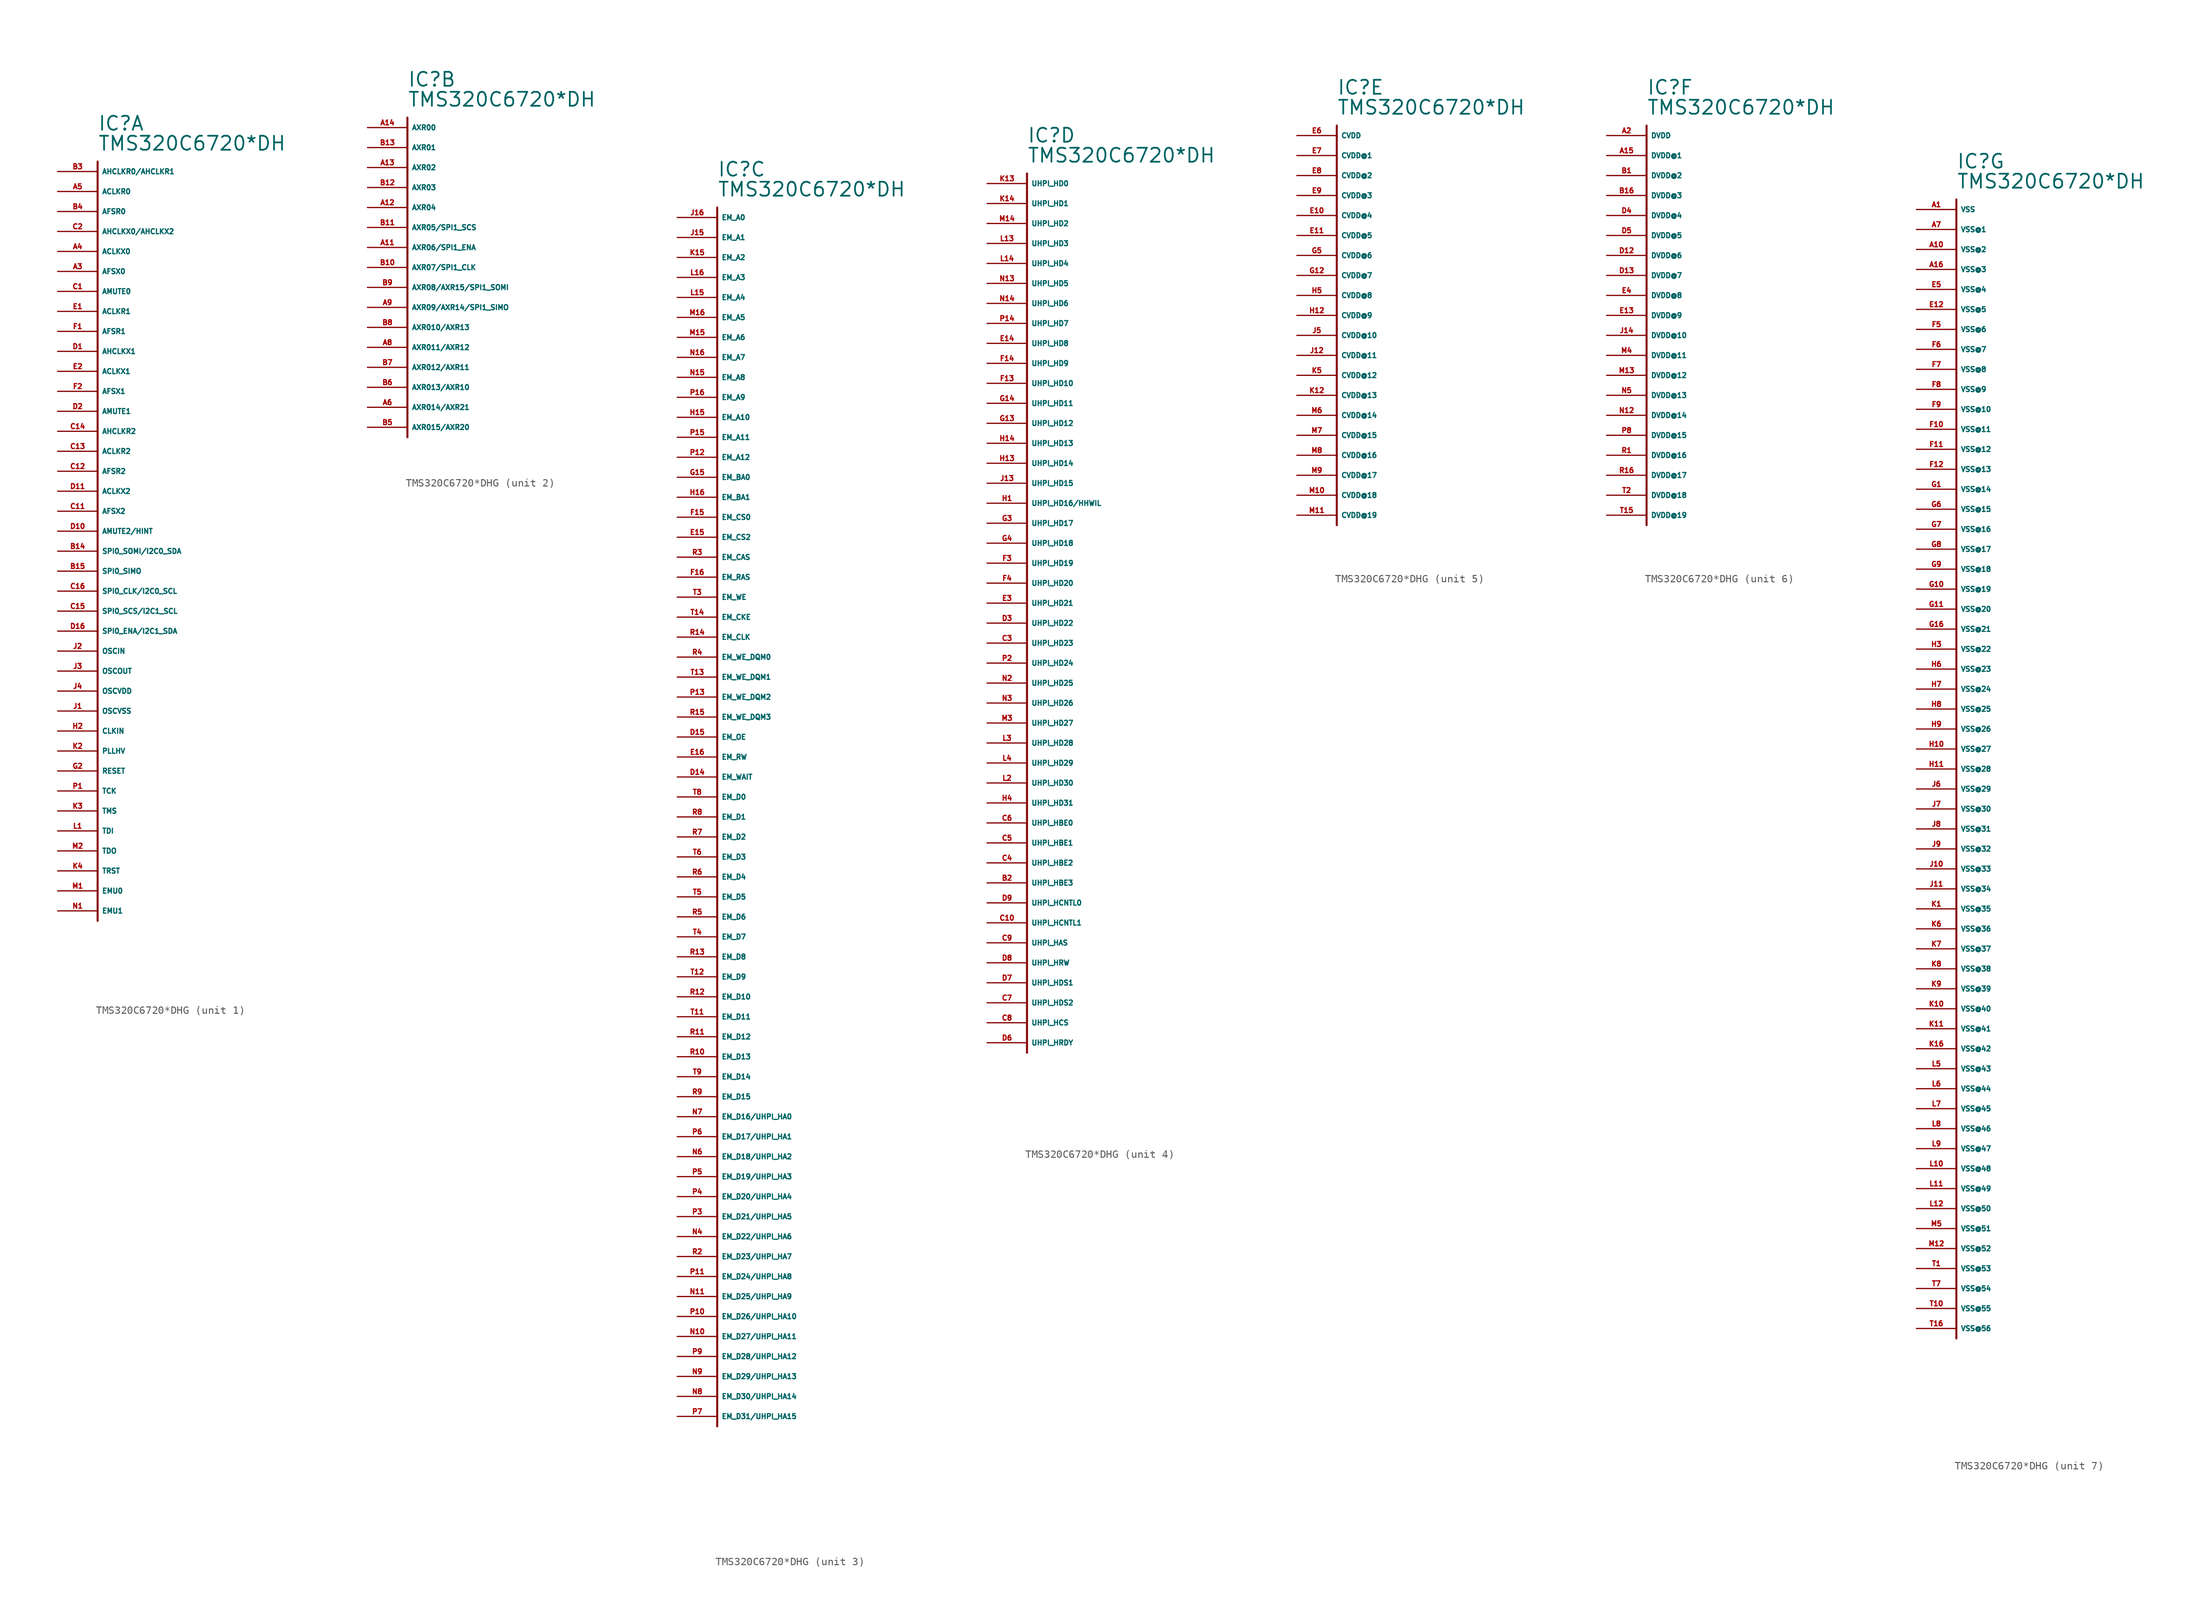
<source format=kicad_sym>
(kicad_symbol_lib
  (version 20220914)
  (generator Eagle2Kicad)
  (symbol "TMS320C6720*DHG"
    (property "Reference" "IC"
      (at 0 5.08 0)
      (effects (font (size 1.778 1.778) (thickness 0.22)) (justify left bottom)))
    (property "Value" "TMS320C6720*DH"
      (at 0 2.54 0)
      (effects (font (size 1.778 1.778) (thickness 0.22)) (justify left bottom)))
    (symbol "TMS320C6720*DHG_1_0"
      (polyline (pts (xy 0 1.27) (xy 0 -95.25)) (stroke (width 0.254) (type default)) (fill (type none)))
      (pin bidirectional line (at -5.08 0 0) (length 5.08) (name "AHCLKR0/AHCLKR1" (effects (font (size 0.635 0.635) (thickness 0.08)) (justify left bottom))) (number "B3" (effects (font (size 0.635 0.635) (thickness 0.08)) (justify left bottom))))
      (pin bidirectional line (at -5.08 -2.54 0) (length 5.08) (name "ACLKR0" (effects (font (size 0.635 0.635) (thickness 0.08)) (justify left bottom))) (number "A5" (effects (font (size 0.635 0.635) (thickness 0.08)) (justify left bottom))))
      (pin bidirectional line (at -5.08 -5.08 0) (length 5.08) (name "AFSR0" (effects (font (size 0.635 0.635) (thickness 0.08)) (justify left bottom))) (number "B4" (effects (font (size 0.635 0.635) (thickness 0.08)) (justify left bottom))))
      (pin bidirectional line (at -5.08 -7.62 0) (length 5.08) (name "AHCLKX0/AHCLKX2" (effects (font (size 0.635 0.635) (thickness 0.08)) (justify left bottom))) (number "C2" (effects (font (size 0.635 0.635) (thickness 0.08)) (justify left bottom))))
      (pin bidirectional line (at -5.08 -10.16 0) (length 5.08) (name "ACLKX0" (effects (font (size 0.635 0.635) (thickness 0.08)) (justify left bottom))) (number "A4" (effects (font (size 0.635 0.635) (thickness 0.08)) (justify left bottom))))
      (pin bidirectional line (at -5.08 -12.7 0) (length 5.08) (name "AFSX0" (effects (font (size 0.635 0.635) (thickness 0.08)) (justify left bottom))) (number "A3" (effects (font (size 0.635 0.635) (thickness 0.08)) (justify left bottom))))
      (pin bidirectional line (at -5.08 -17.78 0) (length 5.08) (name "ACLKR1" (effects (font (size 0.635 0.635) (thickness 0.08)) (justify left bottom))) (number "E1" (effects (font (size 0.635 0.635) (thickness 0.08)) (justify left bottom))))
      (pin bidirectional line (at -5.08 -20.32 0) (length 5.08) (name "AFSR1" (effects (font (size 0.635 0.635) (thickness 0.08)) (justify left bottom))) (number "F1" (effects (font (size 0.635 0.635) (thickness 0.08)) (justify left bottom))))
      (pin bidirectional line (at -5.08 -22.86 0) (length 5.08) (name "AHCLKX1" (effects (font (size 0.635 0.635) (thickness 0.08)) (justify left bottom))) (number "D1" (effects (font (size 0.635 0.635) (thickness 0.08)) (justify left bottom))))
      (pin bidirectional line (at -5.08 -25.4 0) (length 5.08) (name "ACLKX1" (effects (font (size 0.635 0.635) (thickness 0.08)) (justify left bottom))) (number "E2" (effects (font (size 0.635 0.635) (thickness 0.08)) (justify left bottom))))
      (pin bidirectional line (at -5.08 -27.94 0) (length 5.08) (name "AFSX1" (effects (font (size 0.635 0.635) (thickness 0.08)) (justify left bottom))) (number "F2" (effects (font (size 0.635 0.635) (thickness 0.08)) (justify left bottom))))
      (pin output line (at -5.08 -30.48 0) (length 5.08) (name "AMUTE1" (effects (font (size 0.635 0.635) (thickness 0.08)) (justify left bottom))) (number "D2" (effects (font (size 0.635 0.635) (thickness 0.08)) (justify left bottom))))
      (pin bidirectional line (at -5.08 -33.02 0) (length 5.08) (name "AHCLKR2" (effects (font (size 0.635 0.635) (thickness 0.08)) (justify left bottom))) (number "C14" (effects (font (size 0.635 0.635) (thickness 0.08)) (justify left bottom))))
      (pin bidirectional line (at -5.08 -35.56 0) (length 5.08) (name "ACLKR2" (effects (font (size 0.635 0.635) (thickness 0.08)) (justify left bottom))) (number "C13" (effects (font (size 0.635 0.635) (thickness 0.08)) (justify left bottom))))
      (pin bidirectional line (at -5.08 -38.1 0) (length 5.08) (name "AFSR2" (effects (font (size 0.635 0.635) (thickness 0.08)) (justify left bottom))) (number "C12" (effects (font (size 0.635 0.635) (thickness 0.08)) (justify left bottom))))
      (pin bidirectional line (at -5.08 -40.64 0) (length 5.08) (name "ACLKX2" (effects (font (size 0.635 0.635) (thickness 0.08)) (justify left bottom))) (number "D11" (effects (font (size 0.635 0.635) (thickness 0.08)) (justify left bottom))))
      (pin bidirectional line (at -5.08 -43.18 0) (length 5.08) (name "AFSX2" (effects (font (size 0.635 0.635) (thickness 0.08)) (justify left bottom))) (number "C11" (effects (font (size 0.635 0.635) (thickness 0.08)) (justify left bottom))))
      (pin output line (at -5.08 -45.72 0) (length 5.08) (name "AMUTE2/HINT" (effects (font (size 0.635 0.635) (thickness 0.08)) (justify left bottom))) (number "D10" (effects (font (size 0.635 0.635) (thickness 0.08)) (justify left bottom))))
      (pin bidirectional line (at -5.08 -48.26 0) (length 5.08) (name "SPI0_SOMI/I2C0_SDA" (effects (font (size 0.635 0.635) (thickness 0.08)) (justify left bottom))) (number "B14" (effects (font (size 0.635 0.635) (thickness 0.08)) (justify left bottom))))
      (pin bidirectional line (at -5.08 -50.8 0) (length 5.08) (name "SPI0_SIMO" (effects (font (size 0.635 0.635) (thickness 0.08)) (justify left bottom))) (number "B15" (effects (font (size 0.635 0.635) (thickness 0.08)) (justify left bottom))))
      (pin bidirectional line (at -5.08 -53.34 0) (length 5.08) (name "SPI0_CLK/I2C0_SCL" (effects (font (size 0.635 0.635) (thickness 0.08)) (justify left bottom))) (number "C16" (effects (font (size 0.635 0.635) (thickness 0.08)) (justify left bottom))))
      (pin bidirectional line (at -5.08 -55.88 0) (length 5.08) (name "SPI0_SCS/I2C1_SCL" (effects (font (size 0.635 0.635) (thickness 0.08)) (justify left bottom))) (number "C15" (effects (font (size 0.635 0.635) (thickness 0.08)) (justify left bottom))))
      (pin bidirectional line (at -5.08 -58.42 0) (length 5.08) (name "SPI0_ENA/I2C1_SDA" (effects (font (size 0.635 0.635) (thickness 0.08)) (justify left bottom))) (number "D16" (effects (font (size 0.635 0.635) (thickness 0.08)) (justify left bottom))))
      (pin input line (at -5.08 -60.96 0) (length 5.08) (name "OSCIN" (effects (font (size 0.635 0.635) (thickness 0.08)) (justify left bottom))) (number "J2" (effects (font (size 0.635 0.635) (thickness 0.08)) (justify left bottom))))
      (pin output line (at -5.08 -63.5 0) (length 5.08) (name "OSCOUT" (effects (font (size 0.635 0.635) (thickness 0.08)) (justify left bottom))) (number "J3" (effects (font (size 0.635 0.635) (thickness 0.08)) (justify left bottom))))
      (pin unspecified line (at -5.08 -66.04 0) (length 5.08) (name "OSCVDD" (effects (font (size 0.635 0.635) (thickness 0.08)) (justify left bottom))) (number "J4" (effects (font (size 0.635 0.635) (thickness 0.08)) (justify left bottom))))
      (pin unspecified line (at -5.08 -68.58 0) (length 5.08) (name "OSCVSS" (effects (font (size 0.635 0.635) (thickness 0.08)) (justify left bottom))) (number "J1" (effects (font (size 0.635 0.635) (thickness 0.08)) (justify left bottom))))
      (pin input line (at -5.08 -71.12 0) (length 5.08) (name "CLKIN" (effects (font (size 0.635 0.635) (thickness 0.08)) (justify left bottom))) (number "H2" (effects (font (size 0.635 0.635) (thickness 0.08)) (justify left bottom))))
      (pin unspecified line (at -5.08 -73.66 0) (length 5.08) (name "PLLHV" (effects (font (size 0.635 0.635) (thickness 0.08)) (justify left bottom))) (number "K2" (effects (font (size 0.635 0.635) (thickness 0.08)) (justify left bottom))))
      (pin input line (at -5.08 -76.2 0) (length 5.08) (name "RESET" (effects (font (size 0.635 0.635) (thickness 0.08)) (justify left bottom))) (number "G2" (effects (font (size 0.635 0.635) (thickness 0.08)) (justify left bottom))))
      (pin input line (at -5.08 -78.74 0) (length 5.08) (name "TCK" (effects (font (size 0.635 0.635) (thickness 0.08)) (justify left bottom))) (number "P1" (effects (font (size 0.635 0.635) (thickness 0.08)) (justify left bottom))))
      (pin input line (at -5.08 -81.28 0) (length 5.08) (name "TMS" (effects (font (size 0.635 0.635) (thickness 0.08)) (justify left bottom))) (number "K3" (effects (font (size 0.635 0.635) (thickness 0.08)) (justify left bottom))))
      (pin input line (at -5.08 -83.82 0) (length 5.08) (name "TDI" (effects (font (size 0.635 0.635) (thickness 0.08)) (justify left bottom))) (number "L1" (effects (font (size 0.635 0.635) (thickness 0.08)) (justify left bottom))))
      (pin tri_state line (at -5.08 -86.36 0) (length 5.08) (name "TDO" (effects (font (size 0.635 0.635) (thickness 0.08)) (justify left bottom))) (number "M2" (effects (font (size 0.635 0.635) (thickness 0.08)) (justify left bottom))))
      (pin input line (at -5.08 -88.9 0) (length 5.08) (name "TRST" (effects (font (size 0.635 0.635) (thickness 0.08)) (justify left bottom))) (number "K4" (effects (font (size 0.635 0.635) (thickness 0.08)) (justify left bottom))))
      (pin bidirectional line (at -5.08 -91.44 0) (length 5.08) (name "EMU0" (effects (font (size 0.635 0.635) (thickness 0.08)) (justify left bottom))) (number "M1" (effects (font (size 0.635 0.635) (thickness 0.08)) (justify left bottom))))
      (pin bidirectional line (at -5.08 -93.98 0) (length 5.08) (name "EMU1" (effects (font (size 0.635 0.635) (thickness 0.08)) (justify left bottom))) (number "N1" (effects (font (size 0.635 0.635) (thickness 0.08)) (justify left bottom))))
      (pin output line (at -5.08 -15.24 0) (length 5.08) (name "AMUTE0" (effects (font (size 0.635 0.635) (thickness 0.08)) (justify left bottom))) (number "C1" (effects (font (size 0.635 0.635) (thickness 0.08)) (justify left bottom)))))
    (symbol "TMS320C6720*DHG_2_0"
      (polyline (pts (xy 0 1.27) (xy 0 -39.37)) (stroke (width 0.254) (type default)) (fill (type none)))
      (pin bidirectional line (at -5.08 0 0) (length 5.08) (name "AXR00" (effects (font (size 0.635 0.635) (thickness 0.08)) (justify left bottom))) (number "A14" (effects (font (size 0.635 0.635) (thickness 0.08)) (justify left bottom))))
      (pin bidirectional line (at -5.08 -2.54 0) (length 5.08) (name "AXR01" (effects (font (size 0.635 0.635) (thickness 0.08)) (justify left bottom))) (number "B13" (effects (font (size 0.635 0.635) (thickness 0.08)) (justify left bottom))))
      (pin bidirectional line (at -5.08 -5.08 0) (length 5.08) (name "AXR02" (effects (font (size 0.635 0.635) (thickness 0.08)) (justify left bottom))) (number "A13" (effects (font (size 0.635 0.635) (thickness 0.08)) (justify left bottom))))
      (pin bidirectional line (at -5.08 -7.62 0) (length 5.08) (name "AXR03" (effects (font (size 0.635 0.635) (thickness 0.08)) (justify left bottom))) (number "B12" (effects (font (size 0.635 0.635) (thickness 0.08)) (justify left bottom))))
      (pin bidirectional line (at -5.08 -10.16 0) (length 5.08) (name "AXR04" (effects (font (size 0.635 0.635) (thickness 0.08)) (justify left bottom))) (number "A12" (effects (font (size 0.635 0.635) (thickness 0.08)) (justify left bottom))))
      (pin bidirectional line (at -5.08 -12.7 0) (length 5.08) (name "AXR05/SPI1_SCS" (effects (font (size 0.635 0.635) (thickness 0.08)) (justify left bottom))) (number "B11" (effects (font (size 0.635 0.635) (thickness 0.08)) (justify left bottom))))
      (pin bidirectional line (at -5.08 -15.24 0) (length 5.08) (name "AXR06/SPI1_ENA" (effects (font (size 0.635 0.635) (thickness 0.08)) (justify left bottom))) (number "A11" (effects (font (size 0.635 0.635) (thickness 0.08)) (justify left bottom))))
      (pin bidirectional line (at -5.08 -17.78 0) (length 5.08) (name "AXR07/SPI1_CLK" (effects (font (size 0.635 0.635) (thickness 0.08)) (justify left bottom))) (number "B10" (effects (font (size 0.635 0.635) (thickness 0.08)) (justify left bottom))))
      (pin bidirectional line (at -5.08 -20.32 0) (length 5.08) (name "AXR08/AXR15/SPI1_SOMI" (effects (font (size 0.635 0.635) (thickness 0.08)) (justify left bottom))) (number "B9" (effects (font (size 0.635 0.635) (thickness 0.08)) (justify left bottom))))
      (pin bidirectional line (at -5.08 -22.86 0) (length 5.08) (name "AXR09/AXR14/SPI1_SIMO" (effects (font (size 0.635 0.635) (thickness 0.08)) (justify left bottom))) (number "A9" (effects (font (size 0.635 0.635) (thickness 0.08)) (justify left bottom))))
      (pin bidirectional line (at -5.08 -25.4 0) (length 5.08) (name "AXR010/AXR13" (effects (font (size 0.635 0.635) (thickness 0.08)) (justify left bottom))) (number "B8" (effects (font (size 0.635 0.635) (thickness 0.08)) (justify left bottom))))
      (pin bidirectional line (at -5.08 -27.94 0) (length 5.08) (name "AXR011/AXR12" (effects (font (size 0.635 0.635) (thickness 0.08)) (justify left bottom))) (number "A8" (effects (font (size 0.635 0.635) (thickness 0.08)) (justify left bottom))))
      (pin bidirectional line (at -5.08 -30.48 0) (length 5.08) (name "AXR012/AXR11" (effects (font (size 0.635 0.635) (thickness 0.08)) (justify left bottom))) (number "B7" (effects (font (size 0.635 0.635) (thickness 0.08)) (justify left bottom))))
      (pin bidirectional line (at -5.08 -33.02 0) (length 5.08) (name "AXR013/AXR10" (effects (font (size 0.635 0.635) (thickness 0.08)) (justify left bottom))) (number "B6" (effects (font (size 0.635 0.635) (thickness 0.08)) (justify left bottom))))
      (pin bidirectional line (at -5.08 -35.56 0) (length 5.08) (name "AXR014/AXR21" (effects (font (size 0.635 0.635) (thickness 0.08)) (justify left bottom))) (number "A6" (effects (font (size 0.635 0.635) (thickness 0.08)) (justify left bottom))))
      (pin bidirectional line (at -5.08 -38.1 0) (length 5.08) (name "AXR015/AXR20" (effects (font (size 0.635 0.635) (thickness 0.08)) (justify left bottom))) (number "B5" (effects (font (size 0.635 0.635) (thickness 0.08)) (justify left bottom)))))
    (symbol "TMS320C6720*DHG_3_0"
      (polyline (pts (xy 0 1.27) (xy 0 -153.67)) (stroke (width 0.254) (type default)) (fill (type none)))
      (pin output line (at -5.08 0 0) (length 5.08) (name "EM_A0" (effects (font (size 0.635 0.635) (thickness 0.08)) (justify left bottom))) (number "J16" (effects (font (size 0.635 0.635) (thickness 0.08)) (justify left bottom))))
      (pin output line (at -5.08 -2.54 0) (length 5.08) (name "EM_A1" (effects (font (size 0.635 0.635) (thickness 0.08)) (justify left bottom))) (number "J15" (effects (font (size 0.635 0.635) (thickness 0.08)) (justify left bottom))))
      (pin output line (at -5.08 -5.08 0) (length 5.08) (name "EM_A2" (effects (font (size 0.635 0.635) (thickness 0.08)) (justify left bottom))) (number "K15" (effects (font (size 0.635 0.635) (thickness 0.08)) (justify left bottom))))
      (pin output line (at -5.08 -7.62 0) (length 5.08) (name "EM_A3" (effects (font (size 0.635 0.635) (thickness 0.08)) (justify left bottom))) (number "L16" (effects (font (size 0.635 0.635) (thickness 0.08)) (justify left bottom))))
      (pin output line (at -5.08 -10.16 0) (length 5.08) (name "EM_A4" (effects (font (size 0.635 0.635) (thickness 0.08)) (justify left bottom))) (number "L15" (effects (font (size 0.635 0.635) (thickness 0.08)) (justify left bottom))))
      (pin output line (at -5.08 -12.7 0) (length 5.08) (name "EM_A5" (effects (font (size 0.635 0.635) (thickness 0.08)) (justify left bottom))) (number "M16" (effects (font (size 0.635 0.635) (thickness 0.08)) (justify left bottom))))
      (pin output line (at -5.08 -15.24 0) (length 5.08) (name "EM_A6" (effects (font (size 0.635 0.635) (thickness 0.08)) (justify left bottom))) (number "M15" (effects (font (size 0.635 0.635) (thickness 0.08)) (justify left bottom))))
      (pin output line (at -5.08 -17.78 0) (length 5.08) (name "EM_A7" (effects (font (size 0.635 0.635) (thickness 0.08)) (justify left bottom))) (number "N16" (effects (font (size 0.635 0.635) (thickness 0.08)) (justify left bottom))))
      (pin output line (at -5.08 -20.32 0) (length 5.08) (name "EM_A8" (effects (font (size 0.635 0.635) (thickness 0.08)) (justify left bottom))) (number "N15" (effects (font (size 0.635 0.635) (thickness 0.08)) (justify left bottom))))
      (pin output line (at -5.08 -22.86 0) (length 5.08) (name "EM_A9" (effects (font (size 0.635 0.635) (thickness 0.08)) (justify left bottom))) (number "P16" (effects (font (size 0.635 0.635) (thickness 0.08)) (justify left bottom))))
      (pin output line (at -5.08 -25.4 0) (length 5.08) (name "EM_A10" (effects (font (size 0.635 0.635) (thickness 0.08)) (justify left bottom))) (number "H15" (effects (font (size 0.635 0.635) (thickness 0.08)) (justify left bottom))))
      (pin output line (at -5.08 -27.94 0) (length 5.08) (name "EM_A11" (effects (font (size 0.635 0.635) (thickness 0.08)) (justify left bottom))) (number "P15" (effects (font (size 0.635 0.635) (thickness 0.08)) (justify left bottom))))
      (pin output line (at -5.08 -30.48 0) (length 5.08) (name "EM_A12" (effects (font (size 0.635 0.635) (thickness 0.08)) (justify left bottom))) (number "P12" (effects (font (size 0.635 0.635) (thickness 0.08)) (justify left bottom))))
      (pin output line (at -5.08 -33.02 0) (length 5.08) (name "EM_BA0" (effects (font (size 0.635 0.635) (thickness 0.08)) (justify left bottom))) (number "G15" (effects (font (size 0.635 0.635) (thickness 0.08)) (justify left bottom))))
      (pin output line (at -5.08 -35.56 0) (length 5.08) (name "EM_BA1" (effects (font (size 0.635 0.635) (thickness 0.08)) (justify left bottom))) (number "H16" (effects (font (size 0.635 0.635) (thickness 0.08)) (justify left bottom))))
      (pin output line (at -5.08 -38.1 0) (length 5.08) (name "EM_CS0" (effects (font (size 0.635 0.635) (thickness 0.08)) (justify left bottom))) (number "F15" (effects (font (size 0.635 0.635) (thickness 0.08)) (justify left bottom))))
      (pin output line (at -5.08 -40.64 0) (length 5.08) (name "EM_CS2" (effects (font (size 0.635 0.635) (thickness 0.08)) (justify left bottom))) (number "E15" (effects (font (size 0.635 0.635) (thickness 0.08)) (justify left bottom))))
      (pin output line (at -5.08 -43.18 0) (length 5.08) (name "EM_CAS" (effects (font (size 0.635 0.635) (thickness 0.08)) (justify left bottom))) (number "R3" (effects (font (size 0.635 0.635) (thickness 0.08)) (justify left bottom))))
      (pin output line (at -5.08 -45.72 0) (length 5.08) (name "EM_RAS" (effects (font (size 0.635 0.635) (thickness 0.08)) (justify left bottom))) (number "F16" (effects (font (size 0.635 0.635) (thickness 0.08)) (justify left bottom))))
      (pin output line (at -5.08 -48.26 0) (length 5.08) (name "EM_WE" (effects (font (size 0.635 0.635) (thickness 0.08)) (justify left bottom))) (number "T3" (effects (font (size 0.635 0.635) (thickness 0.08)) (justify left bottom))))
      (pin output line (at -5.08 -50.8 0) (length 5.08) (name "EM_CKE" (effects (font (size 0.635 0.635) (thickness 0.08)) (justify left bottom))) (number "T14" (effects (font (size 0.635 0.635) (thickness 0.08)) (justify left bottom))))
      (pin output line (at -5.08 -53.34 0) (length 5.08) (name "EM_CLK" (effects (font (size 0.635 0.635) (thickness 0.08)) (justify left bottom))) (number "R14" (effects (font (size 0.635 0.635) (thickness 0.08)) (justify left bottom))))
      (pin output line (at -5.08 -55.88 0) (length 5.08) (name "EM_WE_DQM0" (effects (font (size 0.635 0.635) (thickness 0.08)) (justify left bottom))) (number "R4" (effects (font (size 0.635 0.635) (thickness 0.08)) (justify left bottom))))
      (pin output line (at -5.08 -58.42 0) (length 5.08) (name "EM_WE_DQM1" (effects (font (size 0.635 0.635) (thickness 0.08)) (justify left bottom))) (number "T13" (effects (font (size 0.635 0.635) (thickness 0.08)) (justify left bottom))))
      (pin output line (at -5.08 -60.96 0) (length 5.08) (name "EM_WE_DQM2" (effects (font (size 0.635 0.635) (thickness 0.08)) (justify left bottom))) (number "P13" (effects (font (size 0.635 0.635) (thickness 0.08)) (justify left bottom))))
      (pin output line (at -5.08 -63.5 0) (length 5.08) (name "EM_WE_DQM3" (effects (font (size 0.635 0.635) (thickness 0.08)) (justify left bottom))) (number "R15" (effects (font (size 0.635 0.635) (thickness 0.08)) (justify left bottom))))
      (pin output line (at -5.08 -66.04 0) (length 5.08) (name "EM_OE" (effects (font (size 0.635 0.635) (thickness 0.08)) (justify left bottom))) (number "D15" (effects (font (size 0.635 0.635) (thickness 0.08)) (justify left bottom))))
      (pin output line (at -5.08 -68.58 0) (length 5.08) (name "EM_RW" (effects (font (size 0.635 0.635) (thickness 0.08)) (justify left bottom))) (number "E16" (effects (font (size 0.635 0.635) (thickness 0.08)) (justify left bottom))))
      (pin input line (at -5.08 -71.12 0) (length 5.08) (name "EM_WAIT" (effects (font (size 0.635 0.635) (thickness 0.08)) (justify left bottom))) (number "D14" (effects (font (size 0.635 0.635) (thickness 0.08)) (justify left bottom))))
      (pin bidirectional line (at -5.08 -73.66 0) (length 5.08) (name "EM_D0" (effects (font (size 0.635 0.635) (thickness 0.08)) (justify left bottom))) (number "T8" (effects (font (size 0.635 0.635) (thickness 0.08)) (justify left bottom))))
      (pin bidirectional line (at -5.08 -76.2 0) (length 5.08) (name "EM_D1" (effects (font (size 0.635 0.635) (thickness 0.08)) (justify left bottom))) (number "R8" (effects (font (size 0.635 0.635) (thickness 0.08)) (justify left bottom))))
      (pin bidirectional line (at -5.08 -78.74 0) (length 5.08) (name "EM_D2" (effects (font (size 0.635 0.635) (thickness 0.08)) (justify left bottom))) (number "R7" (effects (font (size 0.635 0.635) (thickness 0.08)) (justify left bottom))))
      (pin bidirectional line (at -5.08 -81.28 0) (length 5.08) (name "EM_D3" (effects (font (size 0.635 0.635) (thickness 0.08)) (justify left bottom))) (number "T6" (effects (font (size 0.635 0.635) (thickness 0.08)) (justify left bottom))))
      (pin bidirectional line (at -5.08 -83.82 0) (length 5.08) (name "EM_D4" (effects (font (size 0.635 0.635) (thickness 0.08)) (justify left bottom))) (number "R6" (effects (font (size 0.635 0.635) (thickness 0.08)) (justify left bottom))))
      (pin bidirectional line (at -5.08 -86.36 0) (length 5.08) (name "EM_D5" (effects (font (size 0.635 0.635) (thickness 0.08)) (justify left bottom))) (number "T5" (effects (font (size 0.635 0.635) (thickness 0.08)) (justify left bottom))))
      (pin bidirectional line (at -5.08 -88.9 0) (length 5.08) (name "EM_D6" (effects (font (size 0.635 0.635) (thickness 0.08)) (justify left bottom))) (number "R5" (effects (font (size 0.635 0.635) (thickness 0.08)) (justify left bottom))))
      (pin bidirectional line (at -5.08 -91.44 0) (length 5.08) (name "EM_D7" (effects (font (size 0.635 0.635) (thickness 0.08)) (justify left bottom))) (number "T4" (effects (font (size 0.635 0.635) (thickness 0.08)) (justify left bottom))))
      (pin bidirectional line (at -5.08 -93.98 0) (length 5.08) (name "EM_D8" (effects (font (size 0.635 0.635) (thickness 0.08)) (justify left bottom))) (number "R13" (effects (font (size 0.635 0.635) (thickness 0.08)) (justify left bottom))))
      (pin bidirectional line (at -5.08 -96.52 0) (length 5.08) (name "EM_D9" (effects (font (size 0.635 0.635) (thickness 0.08)) (justify left bottom))) (number "T12" (effects (font (size 0.635 0.635) (thickness 0.08)) (justify left bottom))))
      (pin bidirectional line (at -5.08 -99.06 0) (length 5.08) (name "EM_D10" (effects (font (size 0.635 0.635) (thickness 0.08)) (justify left bottom))) (number "R12" (effects (font (size 0.635 0.635) (thickness 0.08)) (justify left bottom))))
      (pin bidirectional line (at -5.08 -101.6 0) (length 5.08) (name "EM_D11" (effects (font (size 0.635 0.635) (thickness 0.08)) (justify left bottom))) (number "T11" (effects (font (size 0.635 0.635) (thickness 0.08)) (justify left bottom))))
      (pin bidirectional line (at -5.08 -104.14 0) (length 5.08) (name "EM_D12" (effects (font (size 0.635 0.635) (thickness 0.08)) (justify left bottom))) (number "R11" (effects (font (size 0.635 0.635) (thickness 0.08)) (justify left bottom))))
      (pin bidirectional line (at -5.08 -106.68 0) (length 5.08) (name "EM_D13" (effects (font (size 0.635 0.635) (thickness 0.08)) (justify left bottom))) (number "R10" (effects (font (size 0.635 0.635) (thickness 0.08)) (justify left bottom))))
      (pin bidirectional line (at -5.08 -109.22 0) (length 5.08) (name "EM_D14" (effects (font (size 0.635 0.635) (thickness 0.08)) (justify left bottom))) (number "T9" (effects (font (size 0.635 0.635) (thickness 0.08)) (justify left bottom))))
      (pin bidirectional line (at -5.08 -111.76 0) (length 5.08) (name "EM_D15" (effects (font (size 0.635 0.635) (thickness 0.08)) (justify left bottom))) (number "R9" (effects (font (size 0.635 0.635) (thickness 0.08)) (justify left bottom))))
      (pin bidirectional line (at -5.08 -114.3 0) (length 5.08) (name "EM_D16/UHPI_HA0" (effects (font (size 0.635 0.635) (thickness 0.08)) (justify left bottom))) (number "N7" (effects (font (size 0.635 0.635) (thickness 0.08)) (justify left bottom))))
      (pin bidirectional line (at -5.08 -116.84 0) (length 5.08) (name "EM_D17/UHPI_HA1" (effects (font (size 0.635 0.635) (thickness 0.08)) (justify left bottom))) (number "P6" (effects (font (size 0.635 0.635) (thickness 0.08)) (justify left bottom))))
      (pin bidirectional line (at -5.08 -119.38 0) (length 5.08) (name "EM_D18/UHPI_HA2" (effects (font (size 0.635 0.635) (thickness 0.08)) (justify left bottom))) (number "N6" (effects (font (size 0.635 0.635) (thickness 0.08)) (justify left bottom))))
      (pin bidirectional line (at -5.08 -121.92 0) (length 5.08) (name "EM_D19/UHPI_HA3" (effects (font (size 0.635 0.635) (thickness 0.08)) (justify left bottom))) (number "P5" (effects (font (size 0.635 0.635) (thickness 0.08)) (justify left bottom))))
      (pin bidirectional line (at -5.08 -124.46 0) (length 5.08) (name "EM_D20/UHPI_HA4" (effects (font (size 0.635 0.635) (thickness 0.08)) (justify left bottom))) (number "P4" (effects (font (size 0.635 0.635) (thickness 0.08)) (justify left bottom))))
      (pin bidirectional line (at -5.08 -127 0) (length 5.08) (name "EM_D21/UHPI_HA5" (effects (font (size 0.635 0.635) (thickness 0.08)) (justify left bottom))) (number "P3" (effects (font (size 0.635 0.635) (thickness 0.08)) (justify left bottom))))
      (pin bidirectional line (at -5.08 -129.54 0) (length 5.08) (name "EM_D22/UHPI_HA6" (effects (font (size 0.635 0.635) (thickness 0.08)) (justify left bottom))) (number "N4" (effects (font (size 0.635 0.635) (thickness 0.08)) (justify left bottom))))
      (pin bidirectional line (at -5.08 -132.08 0) (length 5.08) (name "EM_D23/UHPI_HA7" (effects (font (size 0.635 0.635) (thickness 0.08)) (justify left bottom))) (number "R2" (effects (font (size 0.635 0.635) (thickness 0.08)) (justify left bottom))))
      (pin bidirectional line (at -5.08 -134.62 0) (length 5.08) (name "EM_D24/UHPI_HA8" (effects (font (size 0.635 0.635) (thickness 0.08)) (justify left bottom))) (number "P11" (effects (font (size 0.635 0.635) (thickness 0.08)) (justify left bottom))))
      (pin bidirectional line (at -5.08 -137.16 0) (length 5.08) (name "EM_D25/UHPI_HA9" (effects (font (size 0.635 0.635) (thickness 0.08)) (justify left bottom))) (number "N11" (effects (font (size 0.635 0.635) (thickness 0.08)) (justify left bottom))))
      (pin bidirectional line (at -5.08 -139.7 0) (length 5.08) (name "EM_D26/UHPI_HA10" (effects (font (size 0.635 0.635) (thickness 0.08)) (justify left bottom))) (number "P10" (effects (font (size 0.635 0.635) (thickness 0.08)) (justify left bottom))))
      (pin bidirectional line (at -5.08 -142.24 0) (length 5.08) (name "EM_D27/UHPI_HA11" (effects (font (size 0.635 0.635) (thickness 0.08)) (justify left bottom))) (number "N10" (effects (font (size 0.635 0.635) (thickness 0.08)) (justify left bottom))))
      (pin bidirectional line (at -5.08 -144.78 0) (length 5.08) (name "EM_D28/UHPI_HA12" (effects (font (size 0.635 0.635) (thickness 0.08)) (justify left bottom))) (number "P9" (effects (font (size 0.635 0.635) (thickness 0.08)) (justify left bottom))))
      (pin bidirectional line (at -5.08 -147.32 0) (length 5.08) (name "EM_D29/UHPI_HA13" (effects (font (size 0.635 0.635) (thickness 0.08)) (justify left bottom))) (number "N9" (effects (font (size 0.635 0.635) (thickness 0.08)) (justify left bottom))))
      (pin bidirectional line (at -5.08 -149.86 0) (length 5.08) (name "EM_D30/UHPI_HA14" (effects (font (size 0.635 0.635) (thickness 0.08)) (justify left bottom))) (number "N8" (effects (font (size 0.635 0.635) (thickness 0.08)) (justify left bottom))))
      (pin bidirectional line (at -5.08 -152.4 0) (length 5.08) (name "EM_D31/UHPI_HA15" (effects (font (size 0.635 0.635) (thickness 0.08)) (justify left bottom))) (number "P7" (effects (font (size 0.635 0.635) (thickness 0.08)) (justify left bottom)))))
    (symbol "TMS320C6720*DHG_4_0"
      (polyline (pts (xy 0 1.27) (xy 0 -110.49)) (stroke (width 0.254) (type default)) (fill (type none)))
      (pin bidirectional line (at -5.08 0 0) (length 5.08) (name "UHPI_HD0" (effects (font (size 0.635 0.635) (thickness 0.08)) (justify left bottom))) (number "K13" (effects (font (size 0.635 0.635) (thickness 0.08)) (justify left bottom))))
      (pin bidirectional line (at -5.08 -2.54 0) (length 5.08) (name "UHPI_HD1" (effects (font (size 0.635 0.635) (thickness 0.08)) (justify left bottom))) (number "K14" (effects (font (size 0.635 0.635) (thickness 0.08)) (justify left bottom))))
      (pin bidirectional line (at -5.08 -5.08 0) (length 5.08) (name "UHPI_HD2" (effects (font (size 0.635 0.635) (thickness 0.08)) (justify left bottom))) (number "M14" (effects (font (size 0.635 0.635) (thickness 0.08)) (justify left bottom))))
      (pin bidirectional line (at -5.08 -7.62 0) (length 5.08) (name "UHPI_HD3" (effects (font (size 0.635 0.635) (thickness 0.08)) (justify left bottom))) (number "L13" (effects (font (size 0.635 0.635) (thickness 0.08)) (justify left bottom))))
      (pin bidirectional line (at -5.08 -10.16 0) (length 5.08) (name "UHPI_HD4" (effects (font (size 0.635 0.635) (thickness 0.08)) (justify left bottom))) (number "L14" (effects (font (size 0.635 0.635) (thickness 0.08)) (justify left bottom))))
      (pin bidirectional line (at -5.08 -12.7 0) (length 5.08) (name "UHPI_HD5" (effects (font (size 0.635 0.635) (thickness 0.08)) (justify left bottom))) (number "N13" (effects (font (size 0.635 0.635) (thickness 0.08)) (justify left bottom))))
      (pin bidirectional line (at -5.08 -15.24 0) (length 5.08) (name "UHPI_HD6" (effects (font (size 0.635 0.635) (thickness 0.08)) (justify left bottom))) (number "N14" (effects (font (size 0.635 0.635) (thickness 0.08)) (justify left bottom))))
      (pin bidirectional line (at -5.08 -17.78 0) (length 5.08) (name "UHPI_HD7" (effects (font (size 0.635 0.635) (thickness 0.08)) (justify left bottom))) (number "P14" (effects (font (size 0.635 0.635) (thickness 0.08)) (justify left bottom))))
      (pin bidirectional line (at -5.08 -20.32 0) (length 5.08) (name "UHPI_HD8" (effects (font (size 0.635 0.635) (thickness 0.08)) (justify left bottom))) (number "E14" (effects (font (size 0.635 0.635) (thickness 0.08)) (justify left bottom))))
      (pin bidirectional line (at -5.08 -22.86 0) (length 5.08) (name "UHPI_HD9" (effects (font (size 0.635 0.635) (thickness 0.08)) (justify left bottom))) (number "F14" (effects (font (size 0.635 0.635) (thickness 0.08)) (justify left bottom))))
      (pin bidirectional line (at -5.08 -25.4 0) (length 5.08) (name "UHPI_HD10" (effects (font (size 0.635 0.635) (thickness 0.08)) (justify left bottom))) (number "F13" (effects (font (size 0.635 0.635) (thickness 0.08)) (justify left bottom))))
      (pin bidirectional line (at -5.08 -27.94 0) (length 5.08) (name "UHPI_HD11" (effects (font (size 0.635 0.635) (thickness 0.08)) (justify left bottom))) (number "G14" (effects (font (size 0.635 0.635) (thickness 0.08)) (justify left bottom))))
      (pin bidirectional line (at -5.08 -30.48 0) (length 5.08) (name "UHPI_HD12" (effects (font (size 0.635 0.635) (thickness 0.08)) (justify left bottom))) (number "G13" (effects (font (size 0.635 0.635) (thickness 0.08)) (justify left bottom))))
      (pin bidirectional line (at -5.08 -33.02 0) (length 5.08) (name "UHPI_HD13" (effects (font (size 0.635 0.635) (thickness 0.08)) (justify left bottom))) (number "H14" (effects (font (size 0.635 0.635) (thickness 0.08)) (justify left bottom))))
      (pin bidirectional line (at -5.08 -35.56 0) (length 5.08) (name "UHPI_HD14" (effects (font (size 0.635 0.635) (thickness 0.08)) (justify left bottom))) (number "H13" (effects (font (size 0.635 0.635) (thickness 0.08)) (justify left bottom))))
      (pin bidirectional line (at -5.08 -38.1 0) (length 5.08) (name "UHPI_HD15" (effects (font (size 0.635 0.635) (thickness 0.08)) (justify left bottom))) (number "J13" (effects (font (size 0.635 0.635) (thickness 0.08)) (justify left bottom))))
      (pin bidirectional line (at -5.08 -40.64 0) (length 5.08) (name "UHPI_HD16/HHWIL" (effects (font (size 0.635 0.635) (thickness 0.08)) (justify left bottom))) (number "H1" (effects (font (size 0.635 0.635) (thickness 0.08)) (justify left bottom))))
      (pin bidirectional line (at -5.08 -43.18 0) (length 5.08) (name "UHPI_HD17" (effects (font (size 0.635 0.635) (thickness 0.08)) (justify left bottom))) (number "G3" (effects (font (size 0.635 0.635) (thickness 0.08)) (justify left bottom))))
      (pin bidirectional line (at -5.08 -45.72 0) (length 5.08) (name "UHPI_HD18" (effects (font (size 0.635 0.635) (thickness 0.08)) (justify left bottom))) (number "G4" (effects (font (size 0.635 0.635) (thickness 0.08)) (justify left bottom))))
      (pin bidirectional line (at -5.08 -48.26 0) (length 5.08) (name "UHPI_HD19" (effects (font (size 0.635 0.635) (thickness 0.08)) (justify left bottom))) (number "F3" (effects (font (size 0.635 0.635) (thickness 0.08)) (justify left bottom))))
      (pin bidirectional line (at -5.08 -50.8 0) (length 5.08) (name "UHPI_HD20" (effects (font (size 0.635 0.635) (thickness 0.08)) (justify left bottom))) (number "F4" (effects (font (size 0.635 0.635) (thickness 0.08)) (justify left bottom))))
      (pin bidirectional line (at -5.08 -53.34 0) (length 5.08) (name "UHPI_HD21" (effects (font (size 0.635 0.635) (thickness 0.08)) (justify left bottom))) (number "E3" (effects (font (size 0.635 0.635) (thickness 0.08)) (justify left bottom))))
      (pin bidirectional line (at -5.08 -55.88 0) (length 5.08) (name "UHPI_HD22" (effects (font (size 0.635 0.635) (thickness 0.08)) (justify left bottom))) (number "D3" (effects (font (size 0.635 0.635) (thickness 0.08)) (justify left bottom))))
      (pin bidirectional line (at -5.08 -58.42 0) (length 5.08) (name "UHPI_HD23" (effects (font (size 0.635 0.635) (thickness 0.08)) (justify left bottom))) (number "C3" (effects (font (size 0.635 0.635) (thickness 0.08)) (justify left bottom))))
      (pin bidirectional line (at -5.08 -60.96 0) (length 5.08) (name "UHPI_HD24" (effects (font (size 0.635 0.635) (thickness 0.08)) (justify left bottom))) (number "P2" (effects (font (size 0.635 0.635) (thickness 0.08)) (justify left bottom))))
      (pin bidirectional line (at -5.08 -63.5 0) (length 5.08) (name "UHPI_HD25" (effects (font (size 0.635 0.635) (thickness 0.08)) (justify left bottom))) (number "N2" (effects (font (size 0.635 0.635) (thickness 0.08)) (justify left bottom))))
      (pin bidirectional line (at -5.08 -66.04 0) (length 5.08) (name "UHPI_HD26" (effects (font (size 0.635 0.635) (thickness 0.08)) (justify left bottom))) (number "N3" (effects (font (size 0.635 0.635) (thickness 0.08)) (justify left bottom))))
      (pin bidirectional line (at -5.08 -68.58 0) (length 5.08) (name "UHPI_HD27" (effects (font (size 0.635 0.635) (thickness 0.08)) (justify left bottom))) (number "M3" (effects (font (size 0.635 0.635) (thickness 0.08)) (justify left bottom))))
      (pin bidirectional line (at -5.08 -71.12 0) (length 5.08) (name "UHPI_HD28" (effects (font (size 0.635 0.635) (thickness 0.08)) (justify left bottom))) (number "L3" (effects (font (size 0.635 0.635) (thickness 0.08)) (justify left bottom))))
      (pin bidirectional line (at -5.08 -73.66 0) (length 5.08) (name "UHPI_HD29" (effects (font (size 0.635 0.635) (thickness 0.08)) (justify left bottom))) (number "L4" (effects (font (size 0.635 0.635) (thickness 0.08)) (justify left bottom))))
      (pin bidirectional line (at -5.08 -76.2 0) (length 5.08) (name "UHPI_HD30" (effects (font (size 0.635 0.635) (thickness 0.08)) (justify left bottom))) (number "L2" (effects (font (size 0.635 0.635) (thickness 0.08)) (justify left bottom))))
      (pin bidirectional line (at -5.08 -78.74 0) (length 5.08) (name "UHPI_HD31" (effects (font (size 0.635 0.635) (thickness 0.08)) (justify left bottom))) (number "H4" (effects (font (size 0.635 0.635) (thickness 0.08)) (justify left bottom))))
      (pin input line (at -5.08 -81.28 0) (length 5.08) (name "UHPI_HBE0" (effects (font (size 0.635 0.635) (thickness 0.08)) (justify left bottom))) (number "C6" (effects (font (size 0.635 0.635) (thickness 0.08)) (justify left bottom))))
      (pin input line (at -5.08 -83.82 0) (length 5.08) (name "UHPI_HBE1" (effects (font (size 0.635 0.635) (thickness 0.08)) (justify left bottom))) (number "C5" (effects (font (size 0.635 0.635) (thickness 0.08)) (justify left bottom))))
      (pin input line (at -5.08 -86.36 0) (length 5.08) (name "UHPI_HBE2" (effects (font (size 0.635 0.635) (thickness 0.08)) (justify left bottom))) (number "C4" (effects (font (size 0.635 0.635) (thickness 0.08)) (justify left bottom))))
      (pin input line (at -5.08 -88.9 0) (length 5.08) (name "UHPI_HBE3" (effects (font (size 0.635 0.635) (thickness 0.08)) (justify left bottom))) (number "B2" (effects (font (size 0.635 0.635) (thickness 0.08)) (justify left bottom))))
      (pin input line (at -5.08 -91.44 0) (length 5.08) (name "UHPI_HCNTL0" (effects (font (size 0.635 0.635) (thickness 0.08)) (justify left bottom))) (number "D9" (effects (font (size 0.635 0.635) (thickness 0.08)) (justify left bottom))))
      (pin input line (at -5.08 -93.98 0) (length 5.08) (name "UHPI_HCNTL1" (effects (font (size 0.635 0.635) (thickness 0.08)) (justify left bottom))) (number "C10" (effects (font (size 0.635 0.635) (thickness 0.08)) (justify left bottom))))
      (pin input line (at -5.08 -96.52 0) (length 5.08) (name "UHPI_HAS" (effects (font (size 0.635 0.635) (thickness 0.08)) (justify left bottom))) (number "C9" (effects (font (size 0.635 0.635) (thickness 0.08)) (justify left bottom))))
      (pin input line (at -5.08 -99.06 0) (length 5.08) (name "UHPI_HRW" (effects (font (size 0.635 0.635) (thickness 0.08)) (justify left bottom))) (number "D8" (effects (font (size 0.635 0.635) (thickness 0.08)) (justify left bottom))))
      (pin input line (at -5.08 -101.6 0) (length 5.08) (name "UHPI_HDS1" (effects (font (size 0.635 0.635) (thickness 0.08)) (justify left bottom))) (number "D7" (effects (font (size 0.635 0.635) (thickness 0.08)) (justify left bottom))))
      (pin input line (at -5.08 -104.14 0) (length 5.08) (name "UHPI_HDS2" (effects (font (size 0.635 0.635) (thickness 0.08)) (justify left bottom))) (number "C7" (effects (font (size 0.635 0.635) (thickness 0.08)) (justify left bottom))))
      (pin input line (at -5.08 -106.68 0) (length 5.08) (name "UHPI_HCS" (effects (font (size 0.635 0.635) (thickness 0.08)) (justify left bottom))) (number "C8" (effects (font (size 0.635 0.635) (thickness 0.08)) (justify left bottom))))
      (pin output line (at -5.08 -109.22 0) (length 5.08) (name "UHPI_HRDY" (effects (font (size 0.635 0.635) (thickness 0.08)) (justify left bottom))) (number "D6" (effects (font (size 0.635 0.635) (thickness 0.08)) (justify left bottom)))))
    (symbol "TMS320C6720*DHG_5_0"
      (polyline (pts (xy 0 1.27) (xy 0 -49.53)) (stroke (width 0.254) (type default)) (fill (type none)))
      (pin unspecified line (at -5.08 0 0) (length 5.08) (name "CVDD" (effects (font (size 0.635 0.635) (thickness 0.08)) (justify left bottom))) (number "E6" (effects (font (size 0.635 0.635) (thickness 0.08)) (justify left bottom))))
      (pin unspecified line (at -5.08 -2.54 0) (length 5.08) (name "CVDD@1" (effects (font (size 0.635 0.635) (thickness 0.08)) (justify left bottom))) (number "E7" (effects (font (size 0.635 0.635) (thickness 0.08)) (justify left bottom))))
      (pin unspecified line (at -5.08 -5.08 0) (length 5.08) (name "CVDD@2" (effects (font (size 0.635 0.635) (thickness 0.08)) (justify left bottom))) (number "E8" (effects (font (size 0.635 0.635) (thickness 0.08)) (justify left bottom))))
      (pin unspecified line (at -5.08 -7.62 0) (length 5.08) (name "CVDD@3" (effects (font (size 0.635 0.635) (thickness 0.08)) (justify left bottom))) (number "E9" (effects (font (size 0.635 0.635) (thickness 0.08)) (justify left bottom))))
      (pin unspecified line (at -5.08 -10.16 0) (length 5.08) (name "CVDD@4" (effects (font (size 0.635 0.635) (thickness 0.08)) (justify left bottom))) (number "E10" (effects (font (size 0.635 0.635) (thickness 0.08)) (justify left bottom))))
      (pin unspecified line (at -5.08 -12.7 0) (length 5.08) (name "CVDD@5" (effects (font (size 0.635 0.635) (thickness 0.08)) (justify left bottom))) (number "E11" (effects (font (size 0.635 0.635) (thickness 0.08)) (justify left bottom))))
      (pin unspecified line (at -5.08 -15.24 0) (length 5.08) (name "CVDD@6" (effects (font (size 0.635 0.635) (thickness 0.08)) (justify left bottom))) (number "G5" (effects (font (size 0.635 0.635) (thickness 0.08)) (justify left bottom))))
      (pin unspecified line (at -5.08 -17.78 0) (length 5.08) (name "CVDD@7" (effects (font (size 0.635 0.635) (thickness 0.08)) (justify left bottom))) (number "G12" (effects (font (size 0.635 0.635) (thickness 0.08)) (justify left bottom))))
      (pin unspecified line (at -5.08 -20.32 0) (length 5.08) (name "CVDD@8" (effects (font (size 0.635 0.635) (thickness 0.08)) (justify left bottom))) (number "H5" (effects (font (size 0.635 0.635) (thickness 0.08)) (justify left bottom))))
      (pin unspecified line (at -5.08 -22.86 0) (length 5.08) (name "CVDD@9" (effects (font (size 0.635 0.635) (thickness 0.08)) (justify left bottom))) (number "H12" (effects (font (size 0.635 0.635) (thickness 0.08)) (justify left bottom))))
      (pin unspecified line (at -5.08 -25.4 0) (length 5.08) (name "CVDD@10" (effects (font (size 0.635 0.635) (thickness 0.08)) (justify left bottom))) (number "J5" (effects (font (size 0.635 0.635) (thickness 0.08)) (justify left bottom))))
      (pin unspecified line (at -5.08 -27.94 0) (length 5.08) (name "CVDD@11" (effects (font (size 0.635 0.635) (thickness 0.08)) (justify left bottom))) (number "J12" (effects (font (size 0.635 0.635) (thickness 0.08)) (justify left bottom))))
      (pin unspecified line (at -5.08 -30.48 0) (length 5.08) (name "CVDD@12" (effects (font (size 0.635 0.635) (thickness 0.08)) (justify left bottom))) (number "K5" (effects (font (size 0.635 0.635) (thickness 0.08)) (justify left bottom))))
      (pin unspecified line (at -5.08 -33.02 0) (length 5.08) (name "CVDD@13" (effects (font (size 0.635 0.635) (thickness 0.08)) (justify left bottom))) (number "K12" (effects (font (size 0.635 0.635) (thickness 0.08)) (justify left bottom))))
      (pin unspecified line (at -5.08 -35.56 0) (length 5.08) (name "CVDD@14" (effects (font (size 0.635 0.635) (thickness 0.08)) (justify left bottom))) (number "M6" (effects (font (size 0.635 0.635) (thickness 0.08)) (justify left bottom))))
      (pin unspecified line (at -5.08 -38.1 0) (length 5.08) (name "CVDD@15" (effects (font (size 0.635 0.635) (thickness 0.08)) (justify left bottom))) (number "M7" (effects (font (size 0.635 0.635) (thickness 0.08)) (justify left bottom))))
      (pin unspecified line (at -5.08 -40.64 0) (length 5.08) (name "CVDD@16" (effects (font (size 0.635 0.635) (thickness 0.08)) (justify left bottom))) (number "M8" (effects (font (size 0.635 0.635) (thickness 0.08)) (justify left bottom))))
      (pin unspecified line (at -5.08 -43.18 0) (length 5.08) (name "CVDD@17" (effects (font (size 0.635 0.635) (thickness 0.08)) (justify left bottom))) (number "M9" (effects (font (size 0.635 0.635) (thickness 0.08)) (justify left bottom))))
      (pin unspecified line (at -5.08 -45.72 0) (length 5.08) (name "CVDD@18" (effects (font (size 0.635 0.635) (thickness 0.08)) (justify left bottom))) (number "M10" (effects (font (size 0.635 0.635) (thickness 0.08)) (justify left bottom))))
      (pin unspecified line (at -5.08 -48.26 0) (length 5.08) (name "CVDD@19" (effects (font (size 0.635 0.635) (thickness 0.08)) (justify left bottom))) (number "M11" (effects (font (size 0.635 0.635) (thickness 0.08)) (justify left bottom)))))
    (symbol "TMS320C6720*DHG_6_0"
      (polyline (pts (xy 0 1.27) (xy 0 -49.53)) (stroke (width 0.254) (type default)) (fill (type none)))
      (pin unspecified line (at -5.08 0 0) (length 5.08) (name "DVDD" (effects (font (size 0.635 0.635) (thickness 0.08)) (justify left bottom))) (number "A2" (effects (font (size 0.635 0.635) (thickness 0.08)) (justify left bottom))))
      (pin unspecified line (at -5.08 -2.54 0) (length 5.08) (name "DVDD@1" (effects (font (size 0.635 0.635) (thickness 0.08)) (justify left bottom))) (number "A15" (effects (font (size 0.635 0.635) (thickness 0.08)) (justify left bottom))))
      (pin unspecified line (at -5.08 -5.08 0) (length 5.08) (name "DVDD@2" (effects (font (size 0.635 0.635) (thickness 0.08)) (justify left bottom))) (number "B1" (effects (font (size 0.635 0.635) (thickness 0.08)) (justify left bottom))))
      (pin unspecified line (at -5.08 -7.62 0) (length 5.08) (name "DVDD@3" (effects (font (size 0.635 0.635) (thickness 0.08)) (justify left bottom))) (number "B16" (effects (font (size 0.635 0.635) (thickness 0.08)) (justify left bottom))))
      (pin unspecified line (at -5.08 -10.16 0) (length 5.08) (name "DVDD@4" (effects (font (size 0.635 0.635) (thickness 0.08)) (justify left bottom))) (number "D4" (effects (font (size 0.635 0.635) (thickness 0.08)) (justify left bottom))))
      (pin unspecified line (at -5.08 -12.7 0) (length 5.08) (name "DVDD@5" (effects (font (size 0.635 0.635) (thickness 0.08)) (justify left bottom))) (number "D5" (effects (font (size 0.635 0.635) (thickness 0.08)) (justify left bottom))))
      (pin unspecified line (at -5.08 -15.24 0) (length 5.08) (name "DVDD@6" (effects (font (size 0.635 0.635) (thickness 0.08)) (justify left bottom))) (number "D12" (effects (font (size 0.635 0.635) (thickness 0.08)) (justify left bottom))))
      (pin unspecified line (at -5.08 -17.78 0) (length 5.08) (name "DVDD@7" (effects (font (size 0.635 0.635) (thickness 0.08)) (justify left bottom))) (number "D13" (effects (font (size 0.635 0.635) (thickness 0.08)) (justify left bottom))))
      (pin unspecified line (at -5.08 -20.32 0) (length 5.08) (name "DVDD@8" (effects (font (size 0.635 0.635) (thickness 0.08)) (justify left bottom))) (number "E4" (effects (font (size 0.635 0.635) (thickness 0.08)) (justify left bottom))))
      (pin unspecified line (at -5.08 -22.86 0) (length 5.08) (name "DVDD@9" (effects (font (size 0.635 0.635) (thickness 0.08)) (justify left bottom))) (number "E13" (effects (font (size 0.635 0.635) (thickness 0.08)) (justify left bottom))))
      (pin unspecified line (at -5.08 -25.4 0) (length 5.08) (name "DVDD@10" (effects (font (size 0.635 0.635) (thickness 0.08)) (justify left bottom))) (number "J14" (effects (font (size 0.635 0.635) (thickness 0.08)) (justify left bottom))))
      (pin unspecified line (at -5.08 -27.94 0) (length 5.08) (name "DVDD@11" (effects (font (size 0.635 0.635) (thickness 0.08)) (justify left bottom))) (number "M4" (effects (font (size 0.635 0.635) (thickness 0.08)) (justify left bottom))))
      (pin unspecified line (at -5.08 -30.48 0) (length 5.08) (name "DVDD@12" (effects (font (size 0.635 0.635) (thickness 0.08)) (justify left bottom))) (number "M13" (effects (font (size 0.635 0.635) (thickness 0.08)) (justify left bottom))))
      (pin unspecified line (at -5.08 -33.02 0) (length 5.08) (name "DVDD@13" (effects (font (size 0.635 0.635) (thickness 0.08)) (justify left bottom))) (number "N5" (effects (font (size 0.635 0.635) (thickness 0.08)) (justify left bottom))))
      (pin unspecified line (at -5.08 -35.56 0) (length 5.08) (name "DVDD@14" (effects (font (size 0.635 0.635) (thickness 0.08)) (justify left bottom))) (number "N12" (effects (font (size 0.635 0.635) (thickness 0.08)) (justify left bottom))))
      (pin unspecified line (at -5.08 -38.1 0) (length 5.08) (name "DVDD@15" (effects (font (size 0.635 0.635) (thickness 0.08)) (justify left bottom))) (number "P8" (effects (font (size 0.635 0.635) (thickness 0.08)) (justify left bottom))))
      (pin unspecified line (at -5.08 -40.64 0) (length 5.08) (name "DVDD@16" (effects (font (size 0.635 0.635) (thickness 0.08)) (justify left bottom))) (number "R1" (effects (font (size 0.635 0.635) (thickness 0.08)) (justify left bottom))))
      (pin unspecified line (at -5.08 -43.18 0) (length 5.08) (name "DVDD@17" (effects (font (size 0.635 0.635) (thickness 0.08)) (justify left bottom))) (number "R16" (effects (font (size 0.635 0.635) (thickness 0.08)) (justify left bottom))))
      (pin unspecified line (at -5.08 -45.72 0) (length 5.08) (name "DVDD@18" (effects (font (size 0.635 0.635) (thickness 0.08)) (justify left bottom))) (number "T2" (effects (font (size 0.635 0.635) (thickness 0.08)) (justify left bottom))))
      (pin unspecified line (at -5.08 -48.26 0) (length 5.08) (name "DVDD@19" (effects (font (size 0.635 0.635) (thickness 0.08)) (justify left bottom))) (number "T15" (effects (font (size 0.635 0.635) (thickness 0.08)) (justify left bottom)))))
    (symbol "TMS320C6720*DHG_7_0"
      (polyline (pts (xy 0 1.27) (xy 0 -143.51)) (stroke (width 0.254) (type default)) (fill (type none)))
      (pin unspecified line (at -5.08 0 0) (length 5.08) (name "VSS" (effects (font (size 0.635 0.635) (thickness 0.08)) (justify left bottom))) (number "A1" (effects (font (size 0.635 0.635) (thickness 0.08)) (justify left bottom))))
      (pin unspecified line (at -5.08 -2.54 0) (length 5.08) (name "VSS@1" (effects (font (size 0.635 0.635) (thickness 0.08)) (justify left bottom))) (number "A7" (effects (font (size 0.635 0.635) (thickness 0.08)) (justify left bottom))))
      (pin unspecified line (at -5.08 -5.08 0) (length 5.08) (name "VSS@2" (effects (font (size 0.635 0.635) (thickness 0.08)) (justify left bottom))) (number "A10" (effects (font (size 0.635 0.635) (thickness 0.08)) (justify left bottom))))
      (pin unspecified line (at -5.08 -7.62 0) (length 5.08) (name "VSS@3" (effects (font (size 0.635 0.635) (thickness 0.08)) (justify left bottom))) (number "A16" (effects (font (size 0.635 0.635) (thickness 0.08)) (justify left bottom))))
      (pin unspecified line (at -5.08 -10.16 0) (length 5.08) (name "VSS@4" (effects (font (size 0.635 0.635) (thickness 0.08)) (justify left bottom))) (number "E5" (effects (font (size 0.635 0.635) (thickness 0.08)) (justify left bottom))))
      (pin unspecified line (at -5.08 -12.7 0) (length 5.08) (name "VSS@5" (effects (font (size 0.635 0.635) (thickness 0.08)) (justify left bottom))) (number "E12" (effects (font (size 0.635 0.635) (thickness 0.08)) (justify left bottom))))
      (pin unspecified line (at -5.08 -15.24 0) (length 5.08) (name "VSS@6" (effects (font (size 0.635 0.635) (thickness 0.08)) (justify left bottom))) (number "F5" (effects (font (size 0.635 0.635) (thickness 0.08)) (justify left bottom))))
      (pin unspecified line (at -5.08 -17.78 0) (length 5.08) (name "VSS@7" (effects (font (size 0.635 0.635) (thickness 0.08)) (justify left bottom))) (number "F6" (effects (font (size 0.635 0.635) (thickness 0.08)) (justify left bottom))))
      (pin unspecified line (at -5.08 -20.32 0) (length 5.08) (name "VSS@8" (effects (font (size 0.635 0.635) (thickness 0.08)) (justify left bottom))) (number "F7" (effects (font (size 0.635 0.635) (thickness 0.08)) (justify left bottom))))
      (pin unspecified line (at -5.08 -22.86 0) (length 5.08) (name "VSS@9" (effects (font (size 0.635 0.635) (thickness 0.08)) (justify left bottom))) (number "F8" (effects (font (size 0.635 0.635) (thickness 0.08)) (justify left bottom))))
      (pin unspecified line (at -5.08 -25.4 0) (length 5.08) (name "VSS@10" (effects (font (size 0.635 0.635) (thickness 0.08)) (justify left bottom))) (number "F9" (effects (font (size 0.635 0.635) (thickness 0.08)) (justify left bottom))))
      (pin unspecified line (at -5.08 -27.94 0) (length 5.08) (name "VSS@11" (effects (font (size 0.635 0.635) (thickness 0.08)) (justify left bottom))) (number "F10" (effects (font (size 0.635 0.635) (thickness 0.08)) (justify left bottom))))
      (pin unspecified line (at -5.08 -30.48 0) (length 5.08) (name "VSS@12" (effects (font (size 0.635 0.635) (thickness 0.08)) (justify left bottom))) (number "F11" (effects (font (size 0.635 0.635) (thickness 0.08)) (justify left bottom))))
      (pin unspecified line (at -5.08 -33.02 0) (length 5.08) (name "VSS@13" (effects (font (size 0.635 0.635) (thickness 0.08)) (justify left bottom))) (number "F12" (effects (font (size 0.635 0.635) (thickness 0.08)) (justify left bottom))))
      (pin unspecified line (at -5.08 -35.56 0) (length 5.08) (name "VSS@14" (effects (font (size 0.635 0.635) (thickness 0.08)) (justify left bottom))) (number "G1" (effects (font (size 0.635 0.635) (thickness 0.08)) (justify left bottom))))
      (pin unspecified line (at -5.08 -38.1 0) (length 5.08) (name "VSS@15" (effects (font (size 0.635 0.635) (thickness 0.08)) (justify left bottom))) (number "G6" (effects (font (size 0.635 0.635) (thickness 0.08)) (justify left bottom))))
      (pin unspecified line (at -5.08 -40.64 0) (length 5.08) (name "VSS@16" (effects (font (size 0.635 0.635) (thickness 0.08)) (justify left bottom))) (number "G7" (effects (font (size 0.635 0.635) (thickness 0.08)) (justify left bottom))))
      (pin unspecified line (at -5.08 -43.18 0) (length 5.08) (name "VSS@17" (effects (font (size 0.635 0.635) (thickness 0.08)) (justify left bottom))) (number "G8" (effects (font (size 0.635 0.635) (thickness 0.08)) (justify left bottom))))
      (pin unspecified line (at -5.08 -45.72 0) (length 5.08) (name "VSS@18" (effects (font (size 0.635 0.635) (thickness 0.08)) (justify left bottom))) (number "G9" (effects (font (size 0.635 0.635) (thickness 0.08)) (justify left bottom))))
      (pin unspecified line (at -5.08 -48.26 0) (length 5.08) (name "VSS@19" (effects (font (size 0.635 0.635) (thickness 0.08)) (justify left bottom))) (number "G10" (effects (font (size 0.635 0.635) (thickness 0.08)) (justify left bottom))))
      (pin unspecified line (at -5.08 -50.8 0) (length 5.08) (name "VSS@20" (effects (font (size 0.635 0.635) (thickness 0.08)) (justify left bottom))) (number "G11" (effects (font (size 0.635 0.635) (thickness 0.08)) (justify left bottom))))
      (pin unspecified line (at -5.08 -53.34 0) (length 5.08) (name "VSS@21" (effects (font (size 0.635 0.635) (thickness 0.08)) (justify left bottom))) (number "G16" (effects (font (size 0.635 0.635) (thickness 0.08)) (justify left bottom))))
      (pin unspecified line (at -5.08 -55.88 0) (length 5.08) (name "VSS@22" (effects (font (size 0.635 0.635) (thickness 0.08)) (justify left bottom))) (number "H3" (effects (font (size 0.635 0.635) (thickness 0.08)) (justify left bottom))))
      (pin unspecified line (at -5.08 -58.42 0) (length 5.08) (name "VSS@23" (effects (font (size 0.635 0.635) (thickness 0.08)) (justify left bottom))) (number "H6" (effects (font (size 0.635 0.635) (thickness 0.08)) (justify left bottom))))
      (pin unspecified line (at -5.08 -60.96 0) (length 5.08) (name "VSS@24" (effects (font (size 0.635 0.635) (thickness 0.08)) (justify left bottom))) (number "H7" (effects (font (size 0.635 0.635) (thickness 0.08)) (justify left bottom))))
      (pin unspecified line (at -5.08 -63.5 0) (length 5.08) (name "VSS@25" (effects (font (size 0.635 0.635) (thickness 0.08)) (justify left bottom))) (number "H8" (effects (font (size 0.635 0.635) (thickness 0.08)) (justify left bottom))))
      (pin unspecified line (at -5.08 -66.04 0) (length 5.08) (name "VSS@26" (effects (font (size 0.635 0.635) (thickness 0.08)) (justify left bottom))) (number "H9" (effects (font (size 0.635 0.635) (thickness 0.08)) (justify left bottom))))
      (pin unspecified line (at -5.08 -68.58 0) (length 5.08) (name "VSS@27" (effects (font (size 0.635 0.635) (thickness 0.08)) (justify left bottom))) (number "H10" (effects (font (size 0.635 0.635) (thickness 0.08)) (justify left bottom))))
      (pin unspecified line (at -5.08 -71.12 0) (length 5.08) (name "VSS@28" (effects (font (size 0.635 0.635) (thickness 0.08)) (justify left bottom))) (number "H11" (effects (font (size 0.635 0.635) (thickness 0.08)) (justify left bottom))))
      (pin unspecified line (at -5.08 -73.66 0) (length 5.08) (name "VSS@29" (effects (font (size 0.635 0.635) (thickness 0.08)) (justify left bottom))) (number "J6" (effects (font (size 0.635 0.635) (thickness 0.08)) (justify left bottom))))
      (pin unspecified line (at -5.08 -76.2 0) (length 5.08) (name "VSS@30" (effects (font (size 0.635 0.635) (thickness 0.08)) (justify left bottom))) (number "J7" (effects (font (size 0.635 0.635) (thickness 0.08)) (justify left bottom))))
      (pin unspecified line (at -5.08 -78.74 0) (length 5.08) (name "VSS@31" (effects (font (size 0.635 0.635) (thickness 0.08)) (justify left bottom))) (number "J8" (effects (font (size 0.635 0.635) (thickness 0.08)) (justify left bottom))))
      (pin unspecified line (at -5.08 -81.28 0) (length 5.08) (name "VSS@32" (effects (font (size 0.635 0.635) (thickness 0.08)) (justify left bottom))) (number "J9" (effects (font (size 0.635 0.635) (thickness 0.08)) (justify left bottom))))
      (pin unspecified line (at -5.08 -83.82 0) (length 5.08) (name "VSS@33" (effects (font (size 0.635 0.635) (thickness 0.08)) (justify left bottom))) (number "J10" (effects (font (size 0.635 0.635) (thickness 0.08)) (justify left bottom))))
      (pin unspecified line (at -5.08 -86.36 0) (length 5.08) (name "VSS@34" (effects (font (size 0.635 0.635) (thickness 0.08)) (justify left bottom))) (number "J11" (effects (font (size 0.635 0.635) (thickness 0.08)) (justify left bottom))))
      (pin unspecified line (at -5.08 -88.9 0) (length 5.08) (name "VSS@35" (effects (font (size 0.635 0.635) (thickness 0.08)) (justify left bottom))) (number "K1" (effects (font (size 0.635 0.635) (thickness 0.08)) (justify left bottom))))
      (pin unspecified line (at -5.08 -91.44 0) (length 5.08) (name "VSS@36" (effects (font (size 0.635 0.635) (thickness 0.08)) (justify left bottom))) (number "K6" (effects (font (size 0.635 0.635) (thickness 0.08)) (justify left bottom))))
      (pin unspecified line (at -5.08 -93.98 0) (length 5.08) (name "VSS@37" (effects (font (size 0.635 0.635) (thickness 0.08)) (justify left bottom))) (number "K7" (effects (font (size 0.635 0.635) (thickness 0.08)) (justify left bottom))))
      (pin unspecified line (at -5.08 -96.52 0) (length 5.08) (name "VSS@38" (effects (font (size 0.635 0.635) (thickness 0.08)) (justify left bottom))) (number "K8" (effects (font (size 0.635 0.635) (thickness 0.08)) (justify left bottom))))
      (pin unspecified line (at -5.08 -99.06 0) (length 5.08) (name "VSS@39" (effects (font (size 0.635 0.635) (thickness 0.08)) (justify left bottom))) (number "K9" (effects (font (size 0.635 0.635) (thickness 0.08)) (justify left bottom))))
      (pin unspecified line (at -5.08 -101.6 0) (length 5.08) (name "VSS@40" (effects (font (size 0.635 0.635) (thickness 0.08)) (justify left bottom))) (number "K10" (effects (font (size 0.635 0.635) (thickness 0.08)) (justify left bottom))))
      (pin unspecified line (at -5.08 -104.14 0) (length 5.08) (name "VSS@41" (effects (font (size 0.635 0.635) (thickness 0.08)) (justify left bottom))) (number "K11" (effects (font (size 0.635 0.635) (thickness 0.08)) (justify left bottom))))
      (pin unspecified line (at -5.08 -106.68 0) (length 5.08) (name "VSS@42" (effects (font (size 0.635 0.635) (thickness 0.08)) (justify left bottom))) (number "K16" (effects (font (size 0.635 0.635) (thickness 0.08)) (justify left bottom))))
      (pin unspecified line (at -5.08 -109.22 0) (length 5.08) (name "VSS@43" (effects (font (size 0.635 0.635) (thickness 0.08)) (justify left bottom))) (number "L5" (effects (font (size 0.635 0.635) (thickness 0.08)) (justify left bottom))))
      (pin unspecified line (at -5.08 -111.76 0) (length 5.08) (name "VSS@44" (effects (font (size 0.635 0.635) (thickness 0.08)) (justify left bottom))) (number "L6" (effects (font (size 0.635 0.635) (thickness 0.08)) (justify left bottom))))
      (pin unspecified line (at -5.08 -114.3 0) (length 5.08) (name "VSS@45" (effects (font (size 0.635 0.635) (thickness 0.08)) (justify left bottom))) (number "L7" (effects (font (size 0.635 0.635) (thickness 0.08)) (justify left bottom))))
      (pin unspecified line (at -5.08 -116.84 0) (length 5.08) (name "VSS@46" (effects (font (size 0.635 0.635) (thickness 0.08)) (justify left bottom))) (number "L8" (effects (font (size 0.635 0.635) (thickness 0.08)) (justify left bottom))))
      (pin unspecified line (at -5.08 -119.38 0) (length 5.08) (name "VSS@47" (effects (font (size 0.635 0.635) (thickness 0.08)) (justify left bottom))) (number "L9" (effects (font (size 0.635 0.635) (thickness 0.08)) (justify left bottom))))
      (pin unspecified line (at -5.08 -121.92 0) (length 5.08) (name "VSS@48" (effects (font (size 0.635 0.635) (thickness 0.08)) (justify left bottom))) (number "L10" (effects (font (size 0.635 0.635) (thickness 0.08)) (justify left bottom))))
      (pin unspecified line (at -5.08 -124.46 0) (length 5.08) (name "VSS@49" (effects (font (size 0.635 0.635) (thickness 0.08)) (justify left bottom))) (number "L11" (effects (font (size 0.635 0.635) (thickness 0.08)) (justify left bottom))))
      (pin unspecified line (at -5.08 -127 0) (length 5.08) (name "VSS@50" (effects (font (size 0.635 0.635) (thickness 0.08)) (justify left bottom))) (number "L12" (effects (font (size 0.635 0.635) (thickness 0.08)) (justify left bottom))))
      (pin unspecified line (at -5.08 -129.54 0) (length 5.08) (name "VSS@51" (effects (font (size 0.635 0.635) (thickness 0.08)) (justify left bottom))) (number "M5" (effects (font (size 0.635 0.635) (thickness 0.08)) (justify left bottom))))
      (pin unspecified line (at -5.08 -132.08 0) (length 5.08) (name "VSS@52" (effects (font (size 0.635 0.635) (thickness 0.08)) (justify left bottom))) (number "M12" (effects (font (size 0.635 0.635) (thickness 0.08)) (justify left bottom))))
      (pin unspecified line (at -5.08 -134.62 0) (length 5.08) (name "VSS@53" (effects (font (size 0.635 0.635) (thickness 0.08)) (justify left bottom))) (number "T1" (effects (font (size 0.635 0.635) (thickness 0.08)) (justify left bottom))))
      (pin unspecified line (at -5.08 -137.16 0) (length 5.08) (name "VSS@54" (effects (font (size 0.635 0.635) (thickness 0.08)) (justify left bottom))) (number "T7" (effects (font (size 0.635 0.635) (thickness 0.08)) (justify left bottom))))
      (pin unspecified line (at -5.08 -139.7 0) (length 5.08) (name "VSS@55" (effects (font (size 0.635 0.635) (thickness 0.08)) (justify left bottom))) (number "T10" (effects (font (size 0.635 0.635) (thickness 0.08)) (justify left bottom))))
      (pin unspecified line (at -5.08 -142.24 0) (length 5.08) (name "VSS@56" (effects (font (size 0.635 0.635) (thickness 0.08)) (justify left bottom))) (number "T16" (effects (font (size 0.635 0.635) (thickness 0.08)) (justify left bottom)))))))
</source>
